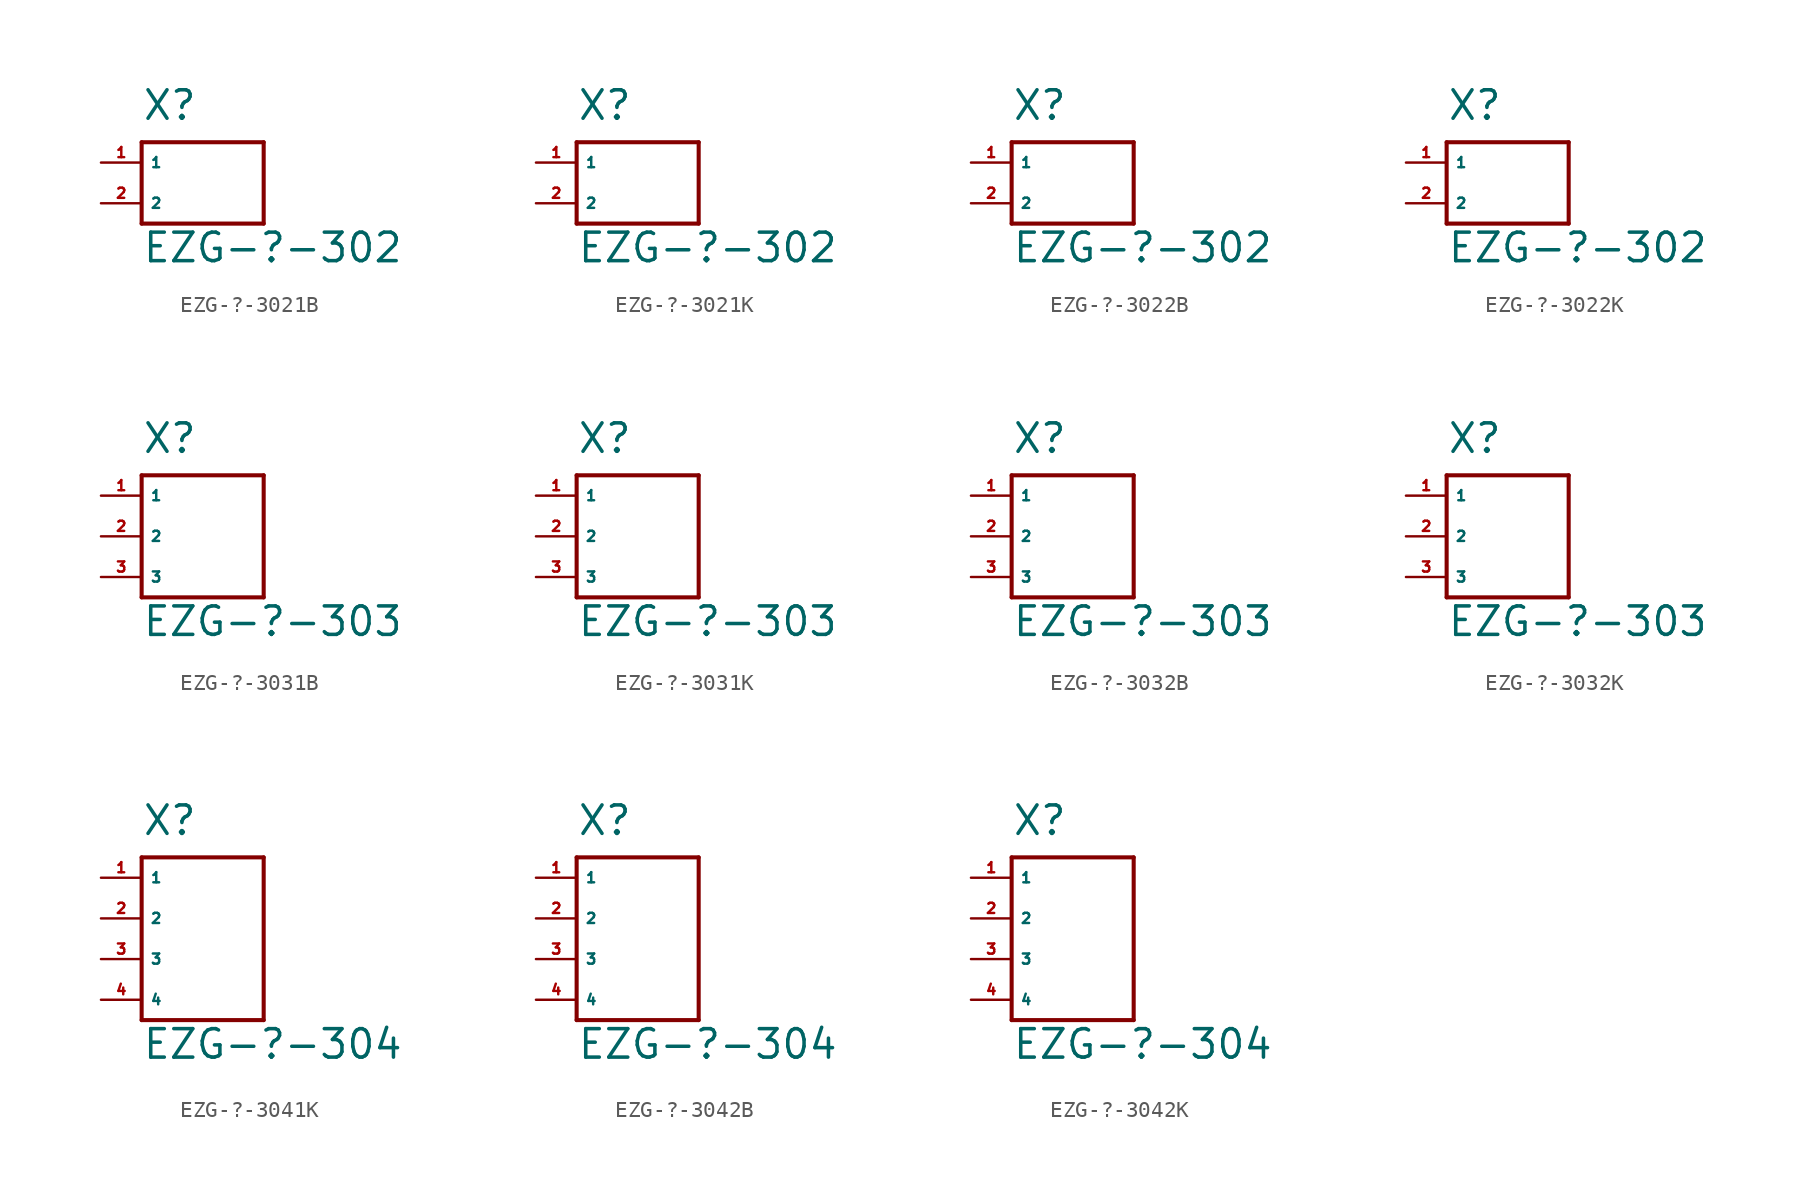
<source format=kicad_sym>
(kicad_symbol_lib
  (version 20220914)
  (generator Eagle2Kicad)
  (symbol "EZG-?-3021B"
    (property "Reference" "X"
      (at -2.54 2.54 0)
      (effects (font (size 1.778 1.778) (thickness 0.22)) (justify left bottom)))
    (property "Value" "EZG-?-302"
      (at -2.54 -6.35 0)
      (effects (font (size 1.778 1.778) (thickness 0.22)) (justify left bottom)))
    (polyline
      (pts (xy -2.54 1.27) (xy -2.54 -3.81))
      (stroke (width 0.254) (type default))
      (fill (type none)))
    (polyline
      (pts (xy -2.54 -3.81) (xy 5.08 -3.81))
      (stroke (width 0.254) (type default))
      (fill (type none)))
    (polyline
      (pts (xy 5.08 -3.81) (xy 5.08 1.27))
      (stroke (width 0.254) (type default))
      (fill (type none)))
    (polyline
      (pts (xy 5.08 1.27) (xy -2.54 1.27))
      (stroke (width 0.254) (type default))
      (fill (type none)))
    (pin passive line
      (at -5.08 0 0)
      (length 2.54)
      (name "1" (effects (font (size 0.635 0.635) (thickness 0.08)) (justify left bottom)))
      (number "1" (effects (font (size 0.635 0.635) (thickness 0.08)) (justify left bottom))))
    (pin passive line
      (at -5.08 -2.54 0)
      (length 2.54)
      (name "2" (effects (font (size 0.635 0.635) (thickness 0.08)) (justify left bottom)))
      (number "2" (effects (font (size 0.635 0.635) (thickness 0.08)) (justify left bottom)))))
  (symbol "EZG-?-3021K"
    (property "Reference" "X"
      (at -2.54 2.54 0)
      (effects (font (size 1.778 1.778) (thickness 0.22)) (justify left bottom)))
    (property "Value" "EZG-?-302"
      (at -2.54 -6.35 0)
      (effects (font (size 1.778 1.778) (thickness 0.22)) (justify left bottom)))
    (polyline
      (pts (xy -2.54 1.27) (xy -2.54 -3.81))
      (stroke (width 0.254) (type default))
      (fill (type none)))
    (polyline
      (pts (xy -2.54 -3.81) (xy 5.08 -3.81))
      (stroke (width 0.254) (type default))
      (fill (type none)))
    (polyline
      (pts (xy 5.08 -3.81) (xy 5.08 1.27))
      (stroke (width 0.254) (type default))
      (fill (type none)))
    (polyline
      (pts (xy 5.08 1.27) (xy -2.54 1.27))
      (stroke (width 0.254) (type default))
      (fill (type none)))
    (pin passive line
      (at -5.08 0 0)
      (length 2.54)
      (name "1" (effects (font (size 0.635 0.635) (thickness 0.08)) (justify left bottom)))
      (number "1" (effects (font (size 0.635 0.635) (thickness 0.08)) (justify left bottom))))
    (pin passive line
      (at -5.08 -2.54 0)
      (length 2.54)
      (name "2" (effects (font (size 0.635 0.635) (thickness 0.08)) (justify left bottom)))
      (number "2" (effects (font (size 0.635 0.635) (thickness 0.08)) (justify left bottom)))))
  (symbol "EZG-?-3022B"
    (property "Reference" "X"
      (at -2.54 2.54 0)
      (effects (font (size 1.778 1.778) (thickness 0.22)) (justify left bottom)))
    (property "Value" "EZG-?-302"
      (at -2.54 -6.35 0)
      (effects (font (size 1.778 1.778) (thickness 0.22)) (justify left bottom)))
    (polyline
      (pts (xy -2.54 1.27) (xy -2.54 -3.81))
      (stroke (width 0.254) (type default))
      (fill (type none)))
    (polyline
      (pts (xy -2.54 -3.81) (xy 5.08 -3.81))
      (stroke (width 0.254) (type default))
      (fill (type none)))
    (polyline
      (pts (xy 5.08 -3.81) (xy 5.08 1.27))
      (stroke (width 0.254) (type default))
      (fill (type none)))
    (polyline
      (pts (xy 5.08 1.27) (xy -2.54 1.27))
      (stroke (width 0.254) (type default))
      (fill (type none)))
    (pin passive line
      (at -5.08 0 0)
      (length 2.54)
      (name "1" (effects (font (size 0.635 0.635) (thickness 0.08)) (justify left bottom)))
      (number "1" (effects (font (size 0.635 0.635) (thickness 0.08)) (justify left bottom))))
    (pin passive line
      (at -5.08 -2.54 0)
      (length 2.54)
      (name "2" (effects (font (size 0.635 0.635) (thickness 0.08)) (justify left bottom)))
      (number "2" (effects (font (size 0.635 0.635) (thickness 0.08)) (justify left bottom)))))
  (symbol "EZG-?-3022K"
    (property "Reference" "X"
      (at -2.54 2.54 0)
      (effects (font (size 1.778 1.778) (thickness 0.22)) (justify left bottom)))
    (property "Value" "EZG-?-302"
      (at -2.54 -6.35 0)
      (effects (font (size 1.778 1.778) (thickness 0.22)) (justify left bottom)))
    (polyline
      (pts (xy -2.54 1.27) (xy -2.54 -3.81))
      (stroke (width 0.254) (type default))
      (fill (type none)))
    (polyline
      (pts (xy -2.54 -3.81) (xy 5.08 -3.81))
      (stroke (width 0.254) (type default))
      (fill (type none)))
    (polyline
      (pts (xy 5.08 -3.81) (xy 5.08 1.27))
      (stroke (width 0.254) (type default))
      (fill (type none)))
    (polyline
      (pts (xy 5.08 1.27) (xy -2.54 1.27))
      (stroke (width 0.254) (type default))
      (fill (type none)))
    (pin passive line
      (at -5.08 0 0)
      (length 2.54)
      (name "1" (effects (font (size 0.635 0.635) (thickness 0.08)) (justify left bottom)))
      (number "1" (effects (font (size 0.635 0.635) (thickness 0.08)) (justify left bottom))))
    (pin passive line
      (at -5.08 -2.54 0)
      (length 2.54)
      (name "2" (effects (font (size 0.635 0.635) (thickness 0.08)) (justify left bottom)))
      (number "2" (effects (font (size 0.635 0.635) (thickness 0.08)) (justify left bottom)))))
  (symbol "EZG-?-3031B"
    (property "Reference" "X"
      (at -2.54 2.54 0)
      (effects (font (size 1.778 1.778) (thickness 0.22)) (justify left bottom)))
    (property "Value" "EZG-?-303"
      (at -2.54 -8.89 0)
      (effects (font (size 1.778 1.778) (thickness 0.22)) (justify left bottom)))
    (polyline
      (pts (xy -2.54 1.27) (xy -2.54 -6.35))
      (stroke (width 0.254) (type default))
      (fill (type none)))
    (polyline
      (pts (xy -2.54 -6.35) (xy 5.08 -6.35))
      (stroke (width 0.254) (type default))
      (fill (type none)))
    (polyline
      (pts (xy 5.08 -6.35) (xy 5.08 1.27))
      (stroke (width 0.254) (type default))
      (fill (type none)))
    (polyline
      (pts (xy 5.08 1.27) (xy -2.54 1.27))
      (stroke (width 0.254) (type default))
      (fill (type none)))
    (pin passive line
      (at -5.08 0 0)
      (length 2.54)
      (name "1" (effects (font (size 0.635 0.635) (thickness 0.08)) (justify left bottom)))
      (number "1" (effects (font (size 0.635 0.635) (thickness 0.08)) (justify left bottom))))
    (pin passive line
      (at -5.08 -2.54 0)
      (length 2.54)
      (name "2" (effects (font (size 0.635 0.635) (thickness 0.08)) (justify left bottom)))
      (number "2" (effects (font (size 0.635 0.635) (thickness 0.08)) (justify left bottom))))
    (pin passive line
      (at -5.08 -5.08 0)
      (length 2.54)
      (name "3" (effects (font (size 0.635 0.635) (thickness 0.08)) (justify left bottom)))
      (number "3" (effects (font (size 0.635 0.635) (thickness 0.08)) (justify left bottom)))))
  (symbol "EZG-?-3031K"
    (property "Reference" "X"
      (at -2.54 2.54 0)
      (effects (font (size 1.778 1.778) (thickness 0.22)) (justify left bottom)))
    (property "Value" "EZG-?-303"
      (at -2.54 -8.89 0)
      (effects (font (size 1.778 1.778) (thickness 0.22)) (justify left bottom)))
    (polyline
      (pts (xy -2.54 1.27) (xy -2.54 -6.35))
      (stroke (width 0.254) (type default))
      (fill (type none)))
    (polyline
      (pts (xy -2.54 -6.35) (xy 5.08 -6.35))
      (stroke (width 0.254) (type default))
      (fill (type none)))
    (polyline
      (pts (xy 5.08 -6.35) (xy 5.08 1.27))
      (stroke (width 0.254) (type default))
      (fill (type none)))
    (polyline
      (pts (xy 5.08 1.27) (xy -2.54 1.27))
      (stroke (width 0.254) (type default))
      (fill (type none)))
    (pin passive line
      (at -5.08 0 0)
      (length 2.54)
      (name "1" (effects (font (size 0.635 0.635) (thickness 0.08)) (justify left bottom)))
      (number "1" (effects (font (size 0.635 0.635) (thickness 0.08)) (justify left bottom))))
    (pin passive line
      (at -5.08 -2.54 0)
      (length 2.54)
      (name "2" (effects (font (size 0.635 0.635) (thickness 0.08)) (justify left bottom)))
      (number "2" (effects (font (size 0.635 0.635) (thickness 0.08)) (justify left bottom))))
    (pin passive line
      (at -5.08 -5.08 0)
      (length 2.54)
      (name "3" (effects (font (size 0.635 0.635) (thickness 0.08)) (justify left bottom)))
      (number "3" (effects (font (size 0.635 0.635) (thickness 0.08)) (justify left bottom)))))
  (symbol "EZG-?-3032B"
    (property "Reference" "X"
      (at -2.54 2.54 0)
      (effects (font (size 1.778 1.778) (thickness 0.22)) (justify left bottom)))
    (property "Value" "EZG-?-303"
      (at -2.54 -8.89 0)
      (effects (font (size 1.778 1.778) (thickness 0.22)) (justify left bottom)))
    (polyline
      (pts (xy -2.54 1.27) (xy -2.54 -6.35))
      (stroke (width 0.254) (type default))
      (fill (type none)))
    (polyline
      (pts (xy -2.54 -6.35) (xy 5.08 -6.35))
      (stroke (width 0.254) (type default))
      (fill (type none)))
    (polyline
      (pts (xy 5.08 -6.35) (xy 5.08 1.27))
      (stroke (width 0.254) (type default))
      (fill (type none)))
    (polyline
      (pts (xy 5.08 1.27) (xy -2.54 1.27))
      (stroke (width 0.254) (type default))
      (fill (type none)))
    (pin passive line
      (at -5.08 0 0)
      (length 2.54)
      (name "1" (effects (font (size 0.635 0.635) (thickness 0.08)) (justify left bottom)))
      (number "1" (effects (font (size 0.635 0.635) (thickness 0.08)) (justify left bottom))))
    (pin passive line
      (at -5.08 -2.54 0)
      (length 2.54)
      (name "2" (effects (font (size 0.635 0.635) (thickness 0.08)) (justify left bottom)))
      (number "2" (effects (font (size 0.635 0.635) (thickness 0.08)) (justify left bottom))))
    (pin passive line
      (at -5.08 -5.08 0)
      (length 2.54)
      (name "3" (effects (font (size 0.635 0.635) (thickness 0.08)) (justify left bottom)))
      (number "3" (effects (font (size 0.635 0.635) (thickness 0.08)) (justify left bottom)))))
  (symbol "EZG-?-3032K"
    (property "Reference" "X"
      (at -2.54 2.54 0)
      (effects (font (size 1.778 1.778) (thickness 0.22)) (justify left bottom)))
    (property "Value" "EZG-?-303"
      (at -2.54 -8.89 0)
      (effects (font (size 1.778 1.778) (thickness 0.22)) (justify left bottom)))
    (polyline
      (pts (xy -2.54 1.27) (xy -2.54 -6.35))
      (stroke (width 0.254) (type default))
      (fill (type none)))
    (polyline
      (pts (xy -2.54 -6.35) (xy 5.08 -6.35))
      (stroke (width 0.254) (type default))
      (fill (type none)))
    (polyline
      (pts (xy 5.08 -6.35) (xy 5.08 1.27))
      (stroke (width 0.254) (type default))
      (fill (type none)))
    (polyline
      (pts (xy 5.08 1.27) (xy -2.54 1.27))
      (stroke (width 0.254) (type default))
      (fill (type none)))
    (pin passive line
      (at -5.08 0 0)
      (length 2.54)
      (name "1" (effects (font (size 0.635 0.635) (thickness 0.08)) (justify left bottom)))
      (number "1" (effects (font (size 0.635 0.635) (thickness 0.08)) (justify left bottom))))
    (pin passive line
      (at -5.08 -2.54 0)
      (length 2.54)
      (name "2" (effects (font (size 0.635 0.635) (thickness 0.08)) (justify left bottom)))
      (number "2" (effects (font (size 0.635 0.635) (thickness 0.08)) (justify left bottom))))
    (pin passive line
      (at -5.08 -5.08 0)
      (length 2.54)
      (name "3" (effects (font (size 0.635 0.635) (thickness 0.08)) (justify left bottom)))
      (number "3" (effects (font (size 0.635 0.635) (thickness 0.08)) (justify left bottom)))))
  (symbol "EZG-?-3041K"
    (property "Reference" "X"
      (at -2.54 2.54 0)
      (effects (font (size 1.778 1.778) (thickness 0.22)) (justify left bottom)))
    (property "Value" "EZG-?-304"
      (at -2.54 -11.43 0)
      (effects (font (size 1.778 1.778) (thickness 0.22)) (justify left bottom)))
    (polyline
      (pts (xy -2.54 1.27) (xy -2.54 -8.89))
      (stroke (width 0.254) (type default))
      (fill (type none)))
    (polyline
      (pts (xy -2.54 -8.89) (xy 5.08 -8.89))
      (stroke (width 0.254) (type default))
      (fill (type none)))
    (polyline
      (pts (xy 5.08 -8.89) (xy 5.08 1.27))
      (stroke (width 0.254) (type default))
      (fill (type none)))
    (polyline
      (pts (xy 5.08 1.27) (xy -2.54 1.27))
      (stroke (width 0.254) (type default))
      (fill (type none)))
    (pin passive line
      (at -5.08 0 0)
      (length 2.54)
      (name "1" (effects (font (size 0.635 0.635) (thickness 0.08)) (justify left bottom)))
      (number "1" (effects (font (size 0.635 0.635) (thickness 0.08)) (justify left bottom))))
    (pin passive line
      (at -5.08 -2.54 0)
      (length 2.54)
      (name "2" (effects (font (size 0.635 0.635) (thickness 0.08)) (justify left bottom)))
      (number "2" (effects (font (size 0.635 0.635) (thickness 0.08)) (justify left bottom))))
    (pin passive line
      (at -5.08 -5.08 0)
      (length 2.54)
      (name "3" (effects (font (size 0.635 0.635) (thickness 0.08)) (justify left bottom)))
      (number "3" (effects (font (size 0.635 0.635) (thickness 0.08)) (justify left bottom))))
    (pin passive line
      (at -5.08 -7.62 0)
      (length 2.54)
      (name "4" (effects (font (size 0.635 0.635) (thickness 0.08)) (justify left bottom)))
      (number "4" (effects (font (size 0.635 0.635) (thickness 0.08)) (justify left bottom)))))
  (symbol "EZG-?-3042B"
    (property "Reference" "X"
      (at -2.54 2.54 0)
      (effects (font (size 1.778 1.778) (thickness 0.22)) (justify left bottom)))
    (property "Value" "EZG-?-304"
      (at -2.54 -11.43 0)
      (effects (font (size 1.778 1.778) (thickness 0.22)) (justify left bottom)))
    (polyline
      (pts (xy -2.54 1.27) (xy -2.54 -8.89))
      (stroke (width 0.254) (type default))
      (fill (type none)))
    (polyline
      (pts (xy -2.54 -8.89) (xy 5.08 -8.89))
      (stroke (width 0.254) (type default))
      (fill (type none)))
    (polyline
      (pts (xy 5.08 -8.89) (xy 5.08 1.27))
      (stroke (width 0.254) (type default))
      (fill (type none)))
    (polyline
      (pts (xy 5.08 1.27) (xy -2.54 1.27))
      (stroke (width 0.254) (type default))
      (fill (type none)))
    (pin passive line
      (at -5.08 0 0)
      (length 2.54)
      (name "1" (effects (font (size 0.635 0.635) (thickness 0.08)) (justify left bottom)))
      (number "1" (effects (font (size 0.635 0.635) (thickness 0.08)) (justify left bottom))))
    (pin passive line
      (at -5.08 -2.54 0)
      (length 2.54)
      (name "2" (effects (font (size 0.635 0.635) (thickness 0.08)) (justify left bottom)))
      (number "2" (effects (font (size 0.635 0.635) (thickness 0.08)) (justify left bottom))))
    (pin passive line
      (at -5.08 -5.08 0)
      (length 2.54)
      (name "3" (effects (font (size 0.635 0.635) (thickness 0.08)) (justify left bottom)))
      (number "3" (effects (font (size 0.635 0.635) (thickness 0.08)) (justify left bottom))))
    (pin passive line
      (at -5.08 -7.62 0)
      (length 2.54)
      (name "4" (effects (font (size 0.635 0.635) (thickness 0.08)) (justify left bottom)))
      (number "4" (effects (font (size 0.635 0.635) (thickness 0.08)) (justify left bottom)))))
  (symbol "EZG-?-3042K"
    (property "Reference" "X"
      (at -2.54 2.54 0)
      (effects (font (size 1.778 1.778) (thickness 0.22)) (justify left bottom)))
    (property "Value" "EZG-?-304"
      (at -2.54 -11.43 0)
      (effects (font (size 1.778 1.778) (thickness 0.22)) (justify left bottom)))
    (polyline
      (pts (xy -2.54 1.27) (xy -2.54 -8.89))
      (stroke (width 0.254) (type default))
      (fill (type none)))
    (polyline
      (pts (xy -2.54 -8.89) (xy 5.08 -8.89))
      (stroke (width 0.254) (type default))
      (fill (type none)))
    (polyline
      (pts (xy 5.08 -8.89) (xy 5.08 1.27))
      (stroke (width 0.254) (type default))
      (fill (type none)))
    (polyline
      (pts (xy 5.08 1.27) (xy -2.54 1.27))
      (stroke (width 0.254) (type default))
      (fill (type none)))
    (pin passive line
      (at -5.08 0 0)
      (length 2.54)
      (name "1" (effects (font (size 0.635 0.635) (thickness 0.08)) (justify left bottom)))
      (number "1" (effects (font (size 0.635 0.635) (thickness 0.08)) (justify left bottom))))
    (pin passive line
      (at -5.08 -2.54 0)
      (length 2.54)
      (name "2" (effects (font (size 0.635 0.635) (thickness 0.08)) (justify left bottom)))
      (number "2" (effects (font (size 0.635 0.635) (thickness 0.08)) (justify left bottom))))
    (pin passive line
      (at -5.08 -5.08 0)
      (length 2.54)
      (name "3" (effects (font (size 0.635 0.635) (thickness 0.08)) (justify left bottom)))
      (number "3" (effects (font (size 0.635 0.635) (thickness 0.08)) (justify left bottom))))
    (pin passive line
      (at -5.08 -7.62 0)
      (length 2.54)
      (name "4" (effects (font (size 0.635 0.635) (thickness 0.08)) (justify left bottom)))
      (number "4" (effects (font (size 0.635 0.635) (thickness 0.08)) (justify left bottom))))))
</source>
